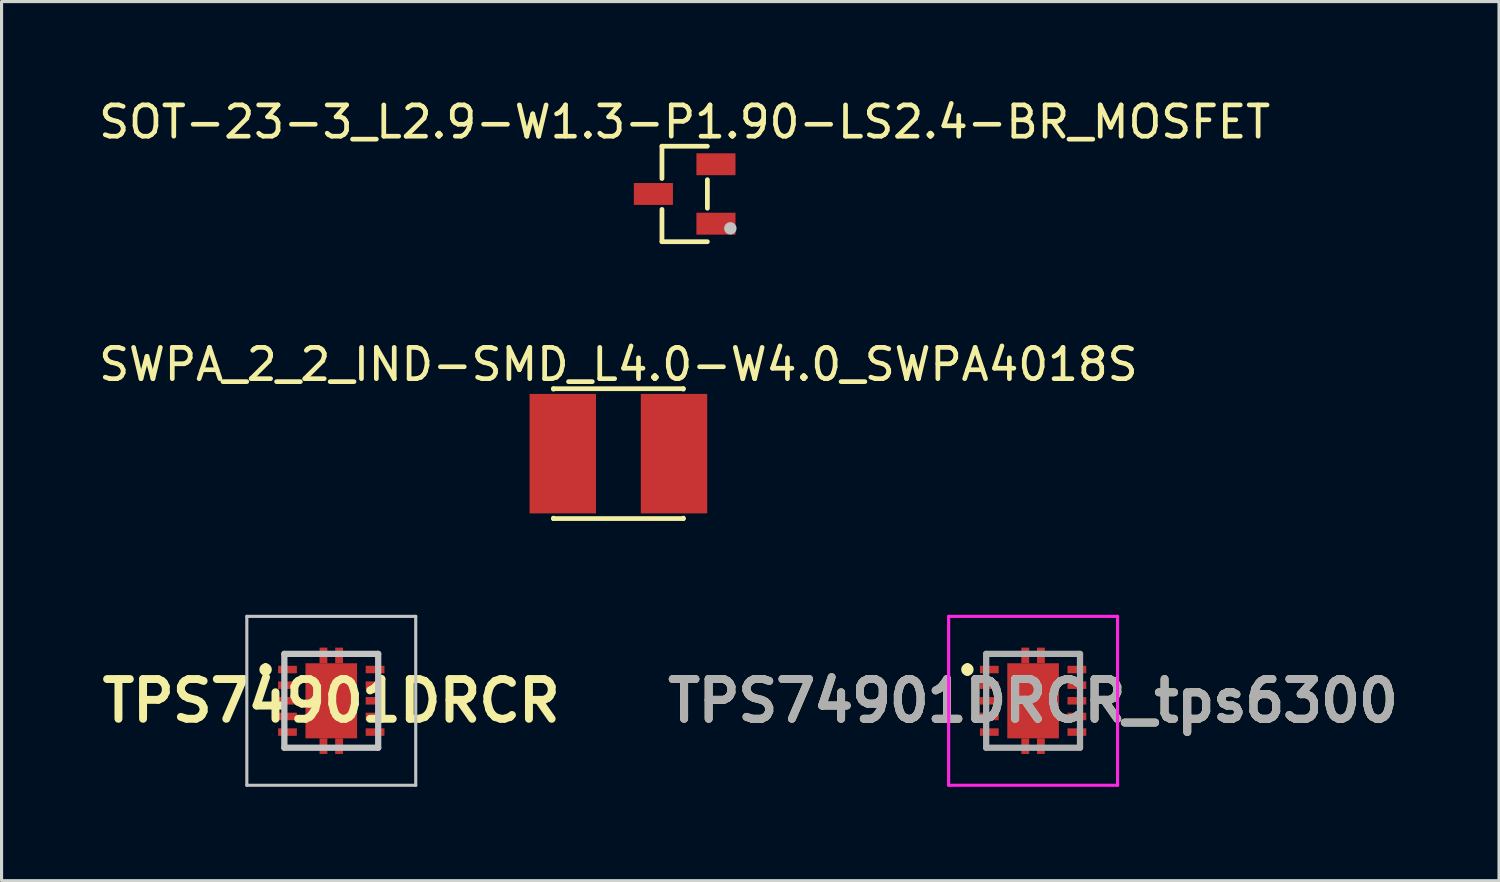
<source format=kicad_pcb>
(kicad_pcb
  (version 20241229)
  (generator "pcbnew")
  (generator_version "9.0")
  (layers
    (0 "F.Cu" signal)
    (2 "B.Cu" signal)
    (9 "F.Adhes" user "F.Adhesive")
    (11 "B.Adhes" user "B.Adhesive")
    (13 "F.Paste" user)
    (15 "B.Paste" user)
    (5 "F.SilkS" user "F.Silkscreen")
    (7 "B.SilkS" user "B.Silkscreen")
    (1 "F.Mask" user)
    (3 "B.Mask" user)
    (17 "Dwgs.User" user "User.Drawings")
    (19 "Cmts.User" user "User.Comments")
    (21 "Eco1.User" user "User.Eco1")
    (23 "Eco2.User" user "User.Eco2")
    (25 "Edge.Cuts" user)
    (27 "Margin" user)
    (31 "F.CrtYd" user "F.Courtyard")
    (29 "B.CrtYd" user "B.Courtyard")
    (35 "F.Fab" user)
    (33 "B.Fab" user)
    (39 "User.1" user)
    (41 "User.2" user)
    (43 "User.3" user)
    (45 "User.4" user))
  (footprint "SWPA_2_2_IND-SMD_L4.0-W4.0_SWPA4018S"
    (layer "F.Cu")
    (at 16.72 11.453)
    (property "Reference" "SWPA_2_2_IND-SMD_L4.0-W4.0_SWPA4018S" (at 0 -2.852 0) (layer "F.SilkS") (effects (font (size 1 1) (thickness 0.15))))
    (fp_line (start -2.076 -2.076) (end 2.076 -2.076) (stroke (width 0.152) (type default)) (layer "F.SilkS"))
    (fp_line (start -2.076 -2.062) (end -2.076 -2.076) (stroke (width 0.152) (type default)) (layer "F.SilkS"))
    (fp_line (start -2.076 2.062) (end -2.076 2.076) (stroke (width 0.152) (type default)) (layer "F.SilkS"))
    (fp_line (start -2.076 2.076) (end 2.076 2.076) (stroke (width 0.152) (type default)) (layer "F.SilkS"))
    (fp_line (start 2.076 -2.076) (end 2.076 -2.062) (stroke (width 0.152) (type default)) (layer "F.SilkS"))
    (fp_line (start 2.076 2.076) (end 2.076 2.062) (stroke (width 0.152) (type default)) (layer "F.SilkS"))
    (fp_poly (pts (xy -2 1.7) (xy -2 -1.7) (xy -0.8 -1.7) (xy -0.8 1.7)) (stroke (width 0.1) (type default)) (fill no) (layer "User.1"))
    (fp_poly (pts (xy 2 1.7) (xy 2 -1.7) (xy 0.8 -1.7) (xy 0.8 1.7)) (stroke (width 0.1) (type default)) (fill no) (layer "User.1"))
    (fp_line (start -2 -2) (end 2 -2) (stroke (width 0.051) (type default)) (layer "User.2"))
    (fp_line (start -2 2) (end -2 -2) (stroke (width 0.051) (type default)) (layer "User.2"))
    (fp_line (start 2 -2) (end 2 2) (stroke (width 0.051) (type default)) (layer "User.2"))
    (fp_line (start 2 2) (end -2 2) (stroke (width 0.051) (type default)) (layer "User.2"))
    (fp_poly (pts (xy 2.055 1.947) (xy 2.023 1.915) (xy 1.977 1.915) (xy 1.945 1.947) (xy 1.945 1.993) (xy 1.977 2.025) (xy 2.023 2.025) (xy 2.055 1.993)) (stroke (width 0.1) (type default)) (fill no) (layer "User.3"))
    (pad "1" smd rect (at 1.778 0) (size 2.124 3.82) (layers "F.Cu" "F.Mask" "F.Paste"))
    (pad "2" smd rect (at -1.778 0) (size 2.124 3.82) (layers "F.Cu" "F.Mask" "F.Paste")))
  (footprint "TPS74901DRCR"
    (layer "F.Cu")
    (at 7.541 19.355)
    (property "Reference" "TPS74901DRCR" (at 0 0 0) (layer "F.SilkS") (effects (font (size 1.27 1.27) (thickness 0.254))))
    (attr smd)
    (fp_line (start -2.1 -1.1) (end -2.1 -1.1) (stroke (width 0.2) (type solid)) (layer "F.SilkS"))
    (fp_line (start -2.1 -0.9) (end -2.1 -0.9) (stroke (width 0.2) (type solid)) (layer "F.SilkS"))
    (fp_line (start -1.5 -1.5) (end -0.6 -1.5) (stroke (width 0.1) (type solid)) (layer "F.SilkS"))
    (fp_line (start -1.5 -1.3) (end -1.5 -1.5) (stroke (width 0.1) (type solid)) (layer "F.SilkS"))
    (fp_line (start -1.5 1.3) (end -1.5 1.5) (stroke (width 0.1) (type solid)) (layer "F.SilkS"))
    (fp_line (start -1.5 1.5) (end -0.6 1.5) (stroke (width 0.1) (type solid)) (layer "F.SilkS"))
    (fp_line (start 0.6 -1.5) (end 1.5 -1.5) (stroke (width 0.1) (type solid)) (layer "F.SilkS"))
    (fp_line (start 0.6 1.5) (end 1.5 1.5) (stroke (width 0.1) (type solid)) (layer "F.SilkS"))
    (fp_line (start 1.5 -1.5) (end 1.5 -1.3) (stroke (width 0.1) (type solid)) (layer "F.SilkS"))
    (fp_line (start 1.5 1.5) (end 1.5 1.3) (stroke (width 0.1) (type solid)) (layer "F.SilkS"))
    (fp_arc (start -2.1 -1.1) (mid -2 -1) (end -2.1 -0.9) (stroke (width 0.2) (type solid)) (layer "F.SilkS"))
    (fp_arc (start -2.1 -0.9) (mid -2.2 -1) (end -2.1 -1.1) (stroke (width 0.2) (type solid)) (layer "F.SilkS"))
    (fp_line (start -2.7 -2.7) (end 2.7 -2.7) (stroke (width 0.1) (type solid)) (layer "Dwgs.User"))
    (fp_line (start -2.7 2.7) (end -2.7 -2.7) (stroke (width 0.1) (type solid)) (layer "Dwgs.User"))
    (fp_line (start -1.5 -1.5) (end 1.5 -1.5) (stroke (width 0.2) (type solid)) (layer "Dwgs.User"))
    (fp_line (start -1.5 1.5) (end -1.5 -1.5) (stroke (width 0.2) (type solid)) (layer "Dwgs.User"))
    (fp_line (start 1.5 -1.5) (end 1.5 1.5) (stroke (width 0.2) (type solid)) (layer "Dwgs.User"))
    (fp_line (start 1.5 1.5) (end -1.5 1.5) (stroke (width 0.2) (type solid)) (layer "Dwgs.User"))
    (fp_line (start 2.7 -2.7) (end 2.7 2.7) (stroke (width 0.1) (type solid)) (layer "Dwgs.User"))
    (fp_line (start 2.7 2.7) (end -2.7 2.7) (stroke (width 0.1) (type solid)) (layer "Dwgs.User"))
    (pad "1" smd rect (at -1.4 -1 90) (size 0.24 0.6) (layers "F.Cu" "F.Mask" "F.Paste"))
    (pad "2" smd rect (at -1.4 -0.5 90) (size 0.24 0.6) (layers "F.Cu" "F.Mask" "F.Paste"))
    (pad "3" smd rect (at -1.4 0 90) (size 0.24 0.6) (layers "F.Cu" "F.Mask" "F.Paste"))
    (pad "4" smd rect (at -1.4 0.5 90) (size 0.24 0.6) (layers "F.Cu" "F.Mask" "F.Paste"))
    (pad "5" smd rect (at -1.4 1 90) (size 0.24 0.6) (layers "F.Cu" "F.Mask" "F.Paste"))
    (pad "6" smd rect (at 1.4 1 90) (size 0.24 0.6) (layers "F.Cu" "F.Mask" "F.Paste"))
    (pad "7" smd rect (at 1.4 0.5 90) (size 0.24 0.6) (layers "F.Cu" "F.Mask" "F.Paste"))
    (pad "8" smd rect (at 1.4 0 90) (size 0.24 0.6) (layers "F.Cu" "F.Mask" "F.Paste"))
    (pad "9" smd rect (at 1.4 -0.5 90) (size 0.24 0.6) (layers "F.Cu" "F.Mask" "F.Paste"))
    (pad "10" smd rect (at 1.4 -1 90) (size 0.24 0.6) (layers "F.Cu" "F.Mask" "F.Paste"))
    (pad "11" smd rect (at -0.25 -1.45) (size 0.25 0.5) (layers "F.Cu" "F.Mask" "F.Paste"))
    (pad "11" smd rect (at -0.25 1.45) (size 0.25 0.5) (layers "F.Cu" "F.Mask" "F.Paste"))
    (pad "11" smd rect (at 0 0) (size 1.65 2.4) (layers "F.Cu" "F.Mask" "F.Paste"))
    (pad "11" smd rect (at 0.25 -1.45) (size 0.25 0.5) (layers "F.Cu" "F.Mask" "F.Paste"))
    (pad "11" smd rect (at 0.25 1.45) (size 0.25 0.5) (layers "F.Cu" "F.Mask" "F.Paste")))
  (footprint "SOT-23-3_L2.9-W1.3-P1.90-LS2.4-BR_MOSFET"
    (layer "F.Cu")
    (at 18.839 3.151)
    (property "Reference" "SOT-23-3_L2.9-W1.3-P1.90-LS2.4-BR_MOSFET" (at 0 -2.302 0) (layer "F.SilkS") (effects (font (size 1 1) (thickness 0.15))))
    (fp_line (start -0.726 -1.526) (end -0.726 -0.494) (stroke (width 0.152) (type default)) (layer "F.SilkS"))
    (fp_line (start -0.726 1.526) (end -0.726 0.494) (stroke (width 0.152) (type default)) (layer "F.SilkS"))
    (fp_line (start 0.726 -1.526) (end -0.726 -1.526) (stroke (width 0.152) (type default)) (layer "F.SilkS"))
    (fp_line (start 0.726 -0.456) (end 0.726 0.456) (stroke (width 0.152) (type default)) (layer "F.SilkS"))
    (fp_line (start 0.726 1.526) (end -0.726 1.526) (stroke (width 0.152) (type default)) (layer "F.SilkS"))
    (fp_circle (center 1.46 1.1) (end 1.56 1.1) (stroke (width 0.2) (type default)) (fill no) (layer "Dwgs.User"))
    (fp_poly (pts (xy -1.2 0.215) (xy -1.2 -0.215) (xy -0.9 -0.215) (xy -0.9 0.215)) (stroke (width 0.1) (type default)) (fill no) (layer "User.1"))
    (fp_poly (pts (xy -0.91 0.215) (xy -0.91 -0.215) (xy -0.64 -0.215) (xy -0.64 0.215)) (stroke (width 0.1) (type default)) (fill no) (layer "User.1"))
    (fp_poly (pts (xy 0.64 -0.735) (xy 0.64 -1.165) (xy 0.91 -1.165) (xy 0.91 -0.735)) (stroke (width 0.1) (type default)) (fill no) (layer "User.1"))
    (fp_poly (pts (xy 0.64 1.165) (xy 0.64 0.735) (xy 0.91 0.735) (xy 0.91 1.165)) (stroke (width 0.1) (type default)) (fill no) (layer "User.1"))
    (fp_poly (pts (xy 0.9 -0.735) (xy 0.9 -1.165) (xy 1.2 -1.165) (xy 1.2 -0.735)) (stroke (width 0.1) (type default)) (fill no) (layer "User.1"))
    (fp_poly (pts (xy 0.9 1.165) (xy 0.9 0.735) (xy 1.2 0.735) (xy 1.2 1.165)) (stroke (width 0.1) (type default)) (fill no) (layer "User.1"))
    (fp_line (start -0.65 -1.45) (end 0.65 -1.45) (stroke (width 0.051) (type default)) (layer "User.2"))
    (fp_line (start -0.65 1.45) (end -0.65 -1.45) (stroke (width 0.051) (type default)) (layer "User.2"))
    (fp_line (start 0.65 -1.45) (end 0.65 1.45) (stroke (width 0.051) (type default)) (layer "User.2"))
    (fp_line (start 0.65 1.45) (end -0.65 1.45) (stroke (width 0.051) (type default)) (layer "User.2"))
    (fp_poly (pts (xy 1.255 1.427) (xy 1.223 1.395) (xy 1.177 1.395) (xy 1.145 1.427) (xy 1.145 1.473) (xy 1.177 1.505) (xy 1.223 1.505) (xy 1.255 1.473)) (stroke (width 0.1) (type default)) (fill no) (layer "User.3"))
    (pad "1" smd rect (at 1 0.95) (size 1.25 0.7) (layers "F.Cu" "F.Mask" "F.Paste"))
    (pad "2" smd rect (at 1 -0.95) (size 1.25 0.7) (layers "F.Cu" "F.Mask" "F.Paste"))
    (pad "3" smd rect (at -1 0) (size 1.25 0.7) (layers "F.Cu" "F.Mask" "F.Paste")))
  (footprint "TPS74901DRCR_tps6300"
    (layer "F.Cu")
    (at 29.978 19.355)
    (property "Reference" "TPS74901DRCR_tps6300" (at 0 0 0) (layer "F.SilkS") (effects (font (size 1.27 1.27) (thickness 0.254))))
    (attr smd)
    (fp_line (start -2.1 -1.1) (end -2.1 -1.1) (stroke (width 0.2) (type solid)) (layer "F.SilkS"))
    (fp_line (start -2.1 -0.9) (end -2.1 -0.9) (stroke (width 0.2) (type solid)) (layer "F.SilkS"))
    (fp_line (start -1.5 -1.5) (end -0.6 -1.5) (stroke (width 0.1) (type solid)) (layer "F.SilkS"))
    (fp_line (start -1.5 -1.3) (end -1.5 -1.5) (stroke (width 0.1) (type solid)) (layer "F.SilkS"))
    (fp_line (start -1.5 1.3) (end -1.5 1.5) (stroke (width 0.1) (type solid)) (layer "F.SilkS"))
    (fp_line (start -1.5 1.5) (end -0.6 1.5) (stroke (width 0.1) (type solid)) (layer "F.SilkS"))
    (fp_line (start 0.6 -1.5) (end 1.5 -1.5) (stroke (width 0.1) (type solid)) (layer "F.SilkS"))
    (fp_line (start 0.6 1.5) (end 1.5 1.5) (stroke (width 0.1) (type solid)) (layer "F.SilkS"))
    (fp_line (start 1.5 -1.5) (end 1.5 -1.3) (stroke (width 0.1) (type solid)) (layer "F.SilkS"))
    (fp_line (start 1.5 1.5) (end 1.5 1.3) (stroke (width 0.1) (type solid)) (layer "F.SilkS"))
    (fp_arc (start -2.1 -1.1) (mid -2 -1) (end -2.1 -0.9) (stroke (width 0.2) (type solid)) (layer "F.SilkS"))
    (fp_arc (start -2.1 -0.9) (mid -2.2 -1) (end -2.1 -1.1) (stroke (width 0.2) (type solid)) (layer "F.SilkS"))
    (fp_line (start -2.7 -2.7) (end 2.7 -2.7) (stroke (width 0.1) (type solid)) (layer "F.CrtYd"))
    (fp_line (start -2.7 2.7) (end -2.7 -2.7) (stroke (width 0.1) (type solid)) (layer "F.CrtYd"))
    (fp_line (start 2.7 -2.7) (end 2.7 2.7) (stroke (width 0.1) (type solid)) (layer "F.CrtYd"))
    (fp_line (start 2.7 2.7) (end -2.7 2.7) (stroke (width 0.1) (type solid)) (layer "F.CrtYd"))
    (fp_line (start -1.5 -1.5) (end 1.5 -1.5) (stroke (width 0.2) (type solid)) (layer "F.Fab"))
    (fp_line (start -1.5 1.5) (end -1.5 -1.5) (stroke (width 0.2) (type solid)) (layer "F.Fab"))
    (fp_line (start 1.5 -1.5) (end 1.5 1.5) (stroke (width 0.2) (type solid)) (layer "F.Fab"))
    (fp_line (start 1.5 1.5) (end -1.5 1.5) (stroke (width 0.2) (type solid)) (layer "F.Fab"))
    (fp_text user "${REFERENCE}" (at 0 0 0) (layer "F.Fab") (effects (font (size 1.27 1.27) (thickness 0.254))))
    (pad "1" smd rect (at -1.4 -1 90) (size 0.24 0.6) (layers "F.Cu" "F.Mask" "F.Paste"))
    (pad "2" smd rect (at -1.4 -0.5 90) (size 0.24 0.6) (layers "F.Cu" "F.Mask" "F.Paste"))
    (pad "3" smd rect (at -1.4 0 90) (size 0.24 0.6) (layers "F.Cu" "F.Mask" "F.Paste"))
    (pad "4" smd rect (at -1.4 0.5 90) (size 0.24 0.6) (layers "F.Cu" "F.Mask" "F.Paste"))
    (pad "5" smd rect (at -1.4 1 90) (size 0.24 0.6) (layers "F.Cu" "F.Mask" "F.Paste"))
    (pad "6" smd rect (at 1.4 1 90) (size 0.24 0.6) (layers "F.Cu" "F.Mask" "F.Paste"))
    (pad "7" smd rect (at 1.4 0.5 90) (size 0.24 0.6) (layers "F.Cu" "F.Mask" "F.Paste"))
    (pad "8" smd rect (at 1.4 0 90) (size 0.24 0.6) (layers "F.Cu" "F.Mask" "F.Paste"))
    (pad "9" smd rect (at 1.4 -0.5 90) (size 0.24 0.6) (layers "F.Cu" "F.Mask" "F.Paste"))
    (pad "10" smd rect (at 1.4 -1 90) (size 0.24 0.6) (layers "F.Cu" "F.Mask" "F.Paste"))
    (pad "11" smd rect (at 0 0) (size 1.65 2.4) (layers "F.Cu" "F.Mask" "F.Paste"))
    (pad "12" smd rect (at -0.25 -1.45) (size 0.25 0.5) (layers "F.Cu" "F.Mask" "F.Paste"))
    (pad "13" smd rect (at 0.25 -1.45) (size 0.25 0.5) (layers "F.Cu" "F.Mask" "F.Paste"))
    (pad "14" smd rect (at -0.25 1.45) (size 0.25 0.5) (layers "F.Cu" "F.Mask" "F.Paste"))
    (pad "15" smd rect (at 0.25 1.45) (size 0.25 0.5) (layers "F.Cu" "F.Mask" "F.Paste")))
  (gr_rect
    (start -3 -3)
    (end 44.874 25.105)
    (stroke (width 0.1) (type default))
    (fill no)
    (layer "Edge.Cuts")))
</source>
